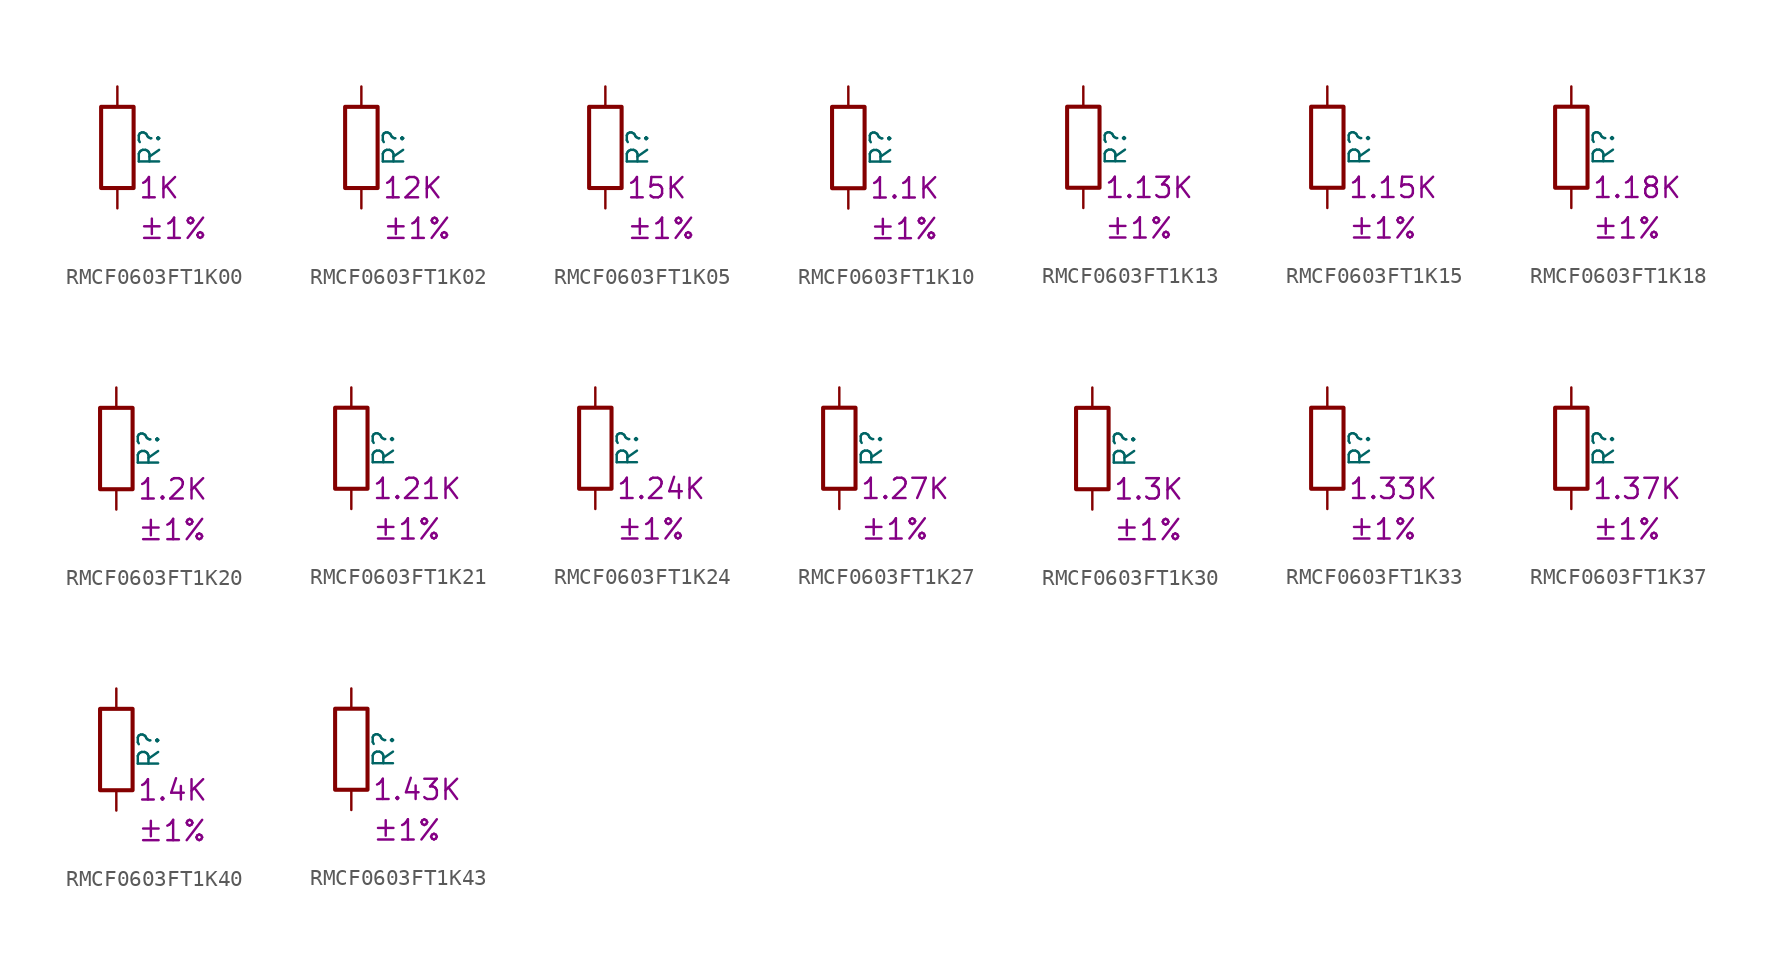
<source format=kicad_sym>
(kicad_symbol_lib
  (version 20220914)
  (generator kicad_symbol_editor)
  (symbol "RMCF0603FT1K00"
    (pin_numbers hide)
    (pin_names
      (offset 0))
    (property "Reference" "R"
      (at 2.032 0 90)
      (effects (font (size 1.27 1.27))))
    (property "Resistance" "1K"
      (at 1.27 -2.54 0)
      (effects (font (size 1.27 1.27)) (justify left)))
    (property "Tolerance" "±1%"
      (at 1.27 -5.08 0)
      (effects (font (size 1.27 1.27)) (justify left)))
    (symbol "RMCF0603FT1K00_0_1"
      (rectangle (start -1.016 -2.54) (end 1.016 2.54) (stroke (width 0.254) (type default)) (fill (type none))))
    (symbol "RMCF0603FT1K00_1_1"
      (pin passive line (at 0 3.81 270) (length 1.27) (name "~" (effects (font (size 1.27 1.27)))) (number "1" (effects (font (size 1.27 1.27)))))
      (pin passive line (at 0 -3.81 90) (length 1.27) (name "~" (effects (font (size 1.27 1.27)))) (number "2" (effects (font (size 1.27 1.27)))))))
  (symbol "RMCF0603FT1K02"
    (pin_numbers hide)
    (pin_names
      (offset 0))
    (property "Reference" "R"
      (at 2.032 0 90)
      (effects (font (size 1.27 1.27))))
    (property "Resistance" "12K"
      (at 1.27 -2.54 0)
      (effects (font (size 1.27 1.27)) (justify left)))
    (property "Tolerance" "±1%"
      (at 1.27 -5.08 0)
      (effects (font (size 1.27 1.27)) (justify left)))
    (symbol "RMCF0603FT1K02_0_1"
      (rectangle (start -1.016 -2.54) (end 1.016 2.54) (stroke (width 0.254) (type default)) (fill (type none))))
    (symbol "RMCF0603FT1K02_1_1"
      (pin passive line (at 0 3.81 270) (length 1.27) (name "~" (effects (font (size 1.27 1.27)))) (number "1" (effects (font (size 1.27 1.27)))))
      (pin passive line (at 0 -3.81 90) (length 1.27) (name "~" (effects (font (size 1.27 1.27)))) (number "2" (effects (font (size 1.27 1.27)))))))
  (symbol "RMCF0603FT1K05"
    (pin_numbers hide)
    (pin_names
      (offset 0))
    (property "Reference" "R"
      (at 2.032 0 90)
      (effects (font (size 1.27 1.27))))
    (property "Resistance" "15K"
      (at 1.27 -2.54 0)
      (effects (font (size 1.27 1.27)) (justify left)))
    (property "Tolerance" "±1%"
      (at 1.27 -5.08 0)
      (effects (font (size 1.27 1.27)) (justify left)))
    (symbol "RMCF0603FT1K05_0_1"
      (rectangle (start -1.016 -2.54) (end 1.016 2.54) (stroke (width 0.254) (type default)) (fill (type none))))
    (symbol "RMCF0603FT1K05_1_1"
      (pin passive line (at 0 3.81 270) (length 1.27) (name "~" (effects (font (size 1.27 1.27)))) (number "1" (effects (font (size 1.27 1.27)))))
      (pin passive line (at 0 -3.81 90) (length 1.27) (name "~" (effects (font (size 1.27 1.27)))) (number "2" (effects (font (size 1.27 1.27)))))))
  (symbol "RMCF0603FT1K10"
    (pin_numbers hide)
    (pin_names
      (offset 0))
    (property "Reference" "R"
      (at 2.032 0 90)
      (effects (font (size 1.27 1.27))))
    (property "Resistance" "1.1K"
      (at 1.27 -2.54 0)
      (effects (font (size 1.27 1.27)) (justify left)))
    (property "Tolerance" "±1%"
      (at 1.27 -5.08 0)
      (effects (font (size 1.27 1.27)) (justify left)))
    (symbol "RMCF0603FT1K10_0_1"
      (rectangle (start -1.016 -2.54) (end 1.016 2.54) (stroke (width 0.254) (type default)) (fill (type none))))
    (symbol "RMCF0603FT1K10_1_1"
      (pin passive line (at 0 3.81 270) (length 1.27) (name "~" (effects (font (size 1.27 1.27)))) (number "1" (effects (font (size 1.27 1.27)))))
      (pin passive line (at 0 -3.81 90) (length 1.27) (name "~" (effects (font (size 1.27 1.27)))) (number "2" (effects (font (size 1.27 1.27)))))))
  (symbol "RMCF0603FT1K13"
    (pin_numbers hide)
    (pin_names
      (offset 0))
    (property "Reference" "R"
      (at 2.032 0 90)
      (effects (font (size 1.27 1.27))))
    (property "Resistance" "1.13K"
      (at 1.27 -2.54 0)
      (effects (font (size 1.27 1.27)) (justify left)))
    (property "Tolerance" "±1%"
      (at 1.27 -5.08 0)
      (effects (font (size 1.27 1.27)) (justify left)))
    (symbol "RMCF0603FT1K13_0_1"
      (rectangle (start -1.016 -2.54) (end 1.016 2.54) (stroke (width 0.254) (type default)) (fill (type none))))
    (symbol "RMCF0603FT1K13_1_1"
      (pin passive line (at 0 3.81 270) (length 1.27) (name "~" (effects (font (size 1.27 1.27)))) (number "1" (effects (font (size 1.27 1.27)))))
      (pin passive line (at 0 -3.81 90) (length 1.27) (name "~" (effects (font (size 1.27 1.27)))) (number "2" (effects (font (size 1.27 1.27)))))))
  (symbol "RMCF0603FT1K15"
    (pin_numbers hide)
    (pin_names
      (offset 0))
    (property "Reference" "R"
      (at 2.032 0 90)
      (effects (font (size 1.27 1.27))))
    (property "Resistance" "1.15K"
      (at 1.27 -2.54 0)
      (effects (font (size 1.27 1.27)) (justify left)))
    (property "Tolerance" "±1%"
      (at 1.27 -5.08 0)
      (effects (font (size 1.27 1.27)) (justify left)))
    (symbol "RMCF0603FT1K15_0_1"
      (rectangle (start -1.016 -2.54) (end 1.016 2.54) (stroke (width 0.254) (type default)) (fill (type none))))
    (symbol "RMCF0603FT1K15_1_1"
      (pin passive line (at 0 3.81 270) (length 1.27) (name "~" (effects (font (size 1.27 1.27)))) (number "1" (effects (font (size 1.27 1.27)))))
      (pin passive line (at 0 -3.81 90) (length 1.27) (name "~" (effects (font (size 1.27 1.27)))) (number "2" (effects (font (size 1.27 1.27)))))))
  (symbol "RMCF0603FT1K18"
    (pin_numbers hide)
    (pin_names
      (offset 0))
    (property "Reference" "R"
      (at 2.032 0 90)
      (effects (font (size 1.27 1.27))))
    (property "Resistance" "1.18K"
      (at 1.27 -2.54 0)
      (effects (font (size 1.27 1.27)) (justify left)))
    (property "Tolerance" "±1%"
      (at 1.27 -5.08 0)
      (effects (font (size 1.27 1.27)) (justify left)))
    (symbol "RMCF0603FT1K18_0_1"
      (rectangle (start -1.016 -2.54) (end 1.016 2.54) (stroke (width 0.254) (type default)) (fill (type none))))
    (symbol "RMCF0603FT1K18_1_1"
      (pin passive line (at 0 3.81 270) (length 1.27) (name "~" (effects (font (size 1.27 1.27)))) (number "1" (effects (font (size 1.27 1.27)))))
      (pin passive line (at 0 -3.81 90) (length 1.27) (name "~" (effects (font (size 1.27 1.27)))) (number "2" (effects (font (size 1.27 1.27)))))))
  (symbol "RMCF0603FT1K20"
    (pin_numbers hide)
    (pin_names
      (offset 0))
    (property "Reference" "R"
      (at 2.032 0 90)
      (effects (font (size 1.27 1.27))))
    (property "Resistance" "1.2K"
      (at 1.27 -2.54 0)
      (effects (font (size 1.27 1.27)) (justify left)))
    (property "Tolerance" "±1%"
      (at 1.27 -5.08 0)
      (effects (font (size 1.27 1.27)) (justify left)))
    (symbol "RMCF0603FT1K20_0_1"
      (rectangle (start -1.016 -2.54) (end 1.016 2.54) (stroke (width 0.254) (type default)) (fill (type none))))
    (symbol "RMCF0603FT1K20_1_1"
      (pin passive line (at 0 3.81 270) (length 1.27) (name "~" (effects (font (size 1.27 1.27)))) (number "1" (effects (font (size 1.27 1.27)))))
      (pin passive line (at 0 -3.81 90) (length 1.27) (name "~" (effects (font (size 1.27 1.27)))) (number "2" (effects (font (size 1.27 1.27)))))))
  (symbol "RMCF0603FT1K21"
    (pin_numbers hide)
    (pin_names
      (offset 0))
    (property "Reference" "R"
      (at 2.032 0 90)
      (effects (font (size 1.27 1.27))))
    (property "Resistance" "1.21K"
      (at 1.27 -2.54 0)
      (effects (font (size 1.27 1.27)) (justify left)))
    (property "Tolerance" "±1%"
      (at 1.27 -5.08 0)
      (effects (font (size 1.27 1.27)) (justify left)))
    (symbol "RMCF0603FT1K21_0_1"
      (rectangle (start -1.016 -2.54) (end 1.016 2.54) (stroke (width 0.254) (type default)) (fill (type none))))
    (symbol "RMCF0603FT1K21_1_1"
      (pin passive line (at 0 3.81 270) (length 1.27) (name "~" (effects (font (size 1.27 1.27)))) (number "1" (effects (font (size 1.27 1.27)))))
      (pin passive line (at 0 -3.81 90) (length 1.27) (name "~" (effects (font (size 1.27 1.27)))) (number "2" (effects (font (size 1.27 1.27)))))))
  (symbol "RMCF0603FT1K24"
    (pin_numbers hide)
    (pin_names
      (offset 0))
    (property "Reference" "R"
      (at 2.032 0 90)
      (effects (font (size 1.27 1.27))))
    (property "Resistance" "1.24K"
      (at 1.27 -2.54 0)
      (effects (font (size 1.27 1.27)) (justify left)))
    (property "Tolerance" "±1%"
      (at 1.27 -5.08 0)
      (effects (font (size 1.27 1.27)) (justify left)))
    (symbol "RMCF0603FT1K24_0_1"
      (rectangle (start -1.016 -2.54) (end 1.016 2.54) (stroke (width 0.254) (type default)) (fill (type none))))
    (symbol "RMCF0603FT1K24_1_1"
      (pin passive line (at 0 3.81 270) (length 1.27) (name "~" (effects (font (size 1.27 1.27)))) (number "1" (effects (font (size 1.27 1.27)))))
      (pin passive line (at 0 -3.81 90) (length 1.27) (name "~" (effects (font (size 1.27 1.27)))) (number "2" (effects (font (size 1.27 1.27)))))))
  (symbol "RMCF0603FT1K27"
    (pin_numbers hide)
    (pin_names
      (offset 0))
    (property "Reference" "R"
      (at 2.032 0 90)
      (effects (font (size 1.27 1.27))))
    (property "Resistance" "1.27K"
      (at 1.27 -2.54 0)
      (effects (font (size 1.27 1.27)) (justify left)))
    (property "Tolerance" "±1%"
      (at 1.27 -5.08 0)
      (effects (font (size 1.27 1.27)) (justify left)))
    (symbol "RMCF0603FT1K27_0_1"
      (rectangle (start -1.016 -2.54) (end 1.016 2.54) (stroke (width 0.254) (type default)) (fill (type none))))
    (symbol "RMCF0603FT1K27_1_1"
      (pin passive line (at 0 3.81 270) (length 1.27) (name "~" (effects (font (size 1.27 1.27)))) (number "1" (effects (font (size 1.27 1.27)))))
      (pin passive line (at 0 -3.81 90) (length 1.27) (name "~" (effects (font (size 1.27 1.27)))) (number "2" (effects (font (size 1.27 1.27)))))))
  (symbol "RMCF0603FT1K30"
    (pin_numbers hide)
    (pin_names
      (offset 0))
    (property "Reference" "R"
      (at 2.032 0 90)
      (effects (font (size 1.27 1.27))))
    (property "Resistance" "1.3K"
      (at 1.27 -2.54 0)
      (effects (font (size 1.27 1.27)) (justify left)))
    (property "Tolerance" "±1%"
      (at 1.27 -5.08 0)
      (effects (font (size 1.27 1.27)) (justify left)))
    (symbol "RMCF0603FT1K30_0_1"
      (rectangle (start -1.016 -2.54) (end 1.016 2.54) (stroke (width 0.254) (type default)) (fill (type none))))
    (symbol "RMCF0603FT1K30_1_1"
      (pin passive line (at 0 3.81 270) (length 1.27) (name "~" (effects (font (size 1.27 1.27)))) (number "1" (effects (font (size 1.27 1.27)))))
      (pin passive line (at 0 -3.81 90) (length 1.27) (name "~" (effects (font (size 1.27 1.27)))) (number "2" (effects (font (size 1.27 1.27)))))))
  (symbol "RMCF0603FT1K33"
    (pin_numbers hide)
    (pin_names
      (offset 0))
    (property "Reference" "R"
      (at 2.032 0 90)
      (effects (font (size 1.27 1.27))))
    (property "Resistance" "1.33K"
      (at 1.27 -2.54 0)
      (effects (font (size 1.27 1.27)) (justify left)))
    (property "Tolerance" "±1%"
      (at 1.27 -5.08 0)
      (effects (font (size 1.27 1.27)) (justify left)))
    (symbol "RMCF0603FT1K33_0_1"
      (rectangle (start -1.016 -2.54) (end 1.016 2.54) (stroke (width 0.254) (type default)) (fill (type none))))
    (symbol "RMCF0603FT1K33_1_1"
      (pin passive line (at 0 3.81 270) (length 1.27) (name "~" (effects (font (size 1.27 1.27)))) (number "1" (effects (font (size 1.27 1.27)))))
      (pin passive line (at 0 -3.81 90) (length 1.27) (name "~" (effects (font (size 1.27 1.27)))) (number "2" (effects (font (size 1.27 1.27)))))))
  (symbol "RMCF0603FT1K37"
    (pin_numbers hide)
    (pin_names
      (offset 0))
    (property "Reference" "R"
      (at 2.032 0 90)
      (effects (font (size 1.27 1.27))))
    (property "Resistance" "1.37K"
      (at 1.27 -2.54 0)
      (effects (font (size 1.27 1.27)) (justify left)))
    (property "Tolerance" "±1%"
      (at 1.27 -5.08 0)
      (effects (font (size 1.27 1.27)) (justify left)))
    (symbol "RMCF0603FT1K37_0_1"
      (rectangle (start -1.016 -2.54) (end 1.016 2.54) (stroke (width 0.254) (type default)) (fill (type none))))
    (symbol "RMCF0603FT1K37_1_1"
      (pin passive line (at 0 3.81 270) (length 1.27) (name "~" (effects (font (size 1.27 1.27)))) (number "1" (effects (font (size 1.27 1.27)))))
      (pin passive line (at 0 -3.81 90) (length 1.27) (name "~" (effects (font (size 1.27 1.27)))) (number "2" (effects (font (size 1.27 1.27)))))))
  (symbol "RMCF0603FT1K40"
    (pin_numbers hide)
    (pin_names
      (offset 0))
    (property "Reference" "R"
      (at 2.032 0 90)
      (effects (font (size 1.27 1.27))))
    (property "Resistance" "1.4K"
      (at 1.27 -2.54 0)
      (effects (font (size 1.27 1.27)) (justify left)))
    (property "Tolerance" "±1%"
      (at 1.27 -5.08 0)
      (effects (font (size 1.27 1.27)) (justify left)))
    (symbol "RMCF0603FT1K40_0_1"
      (rectangle (start -1.016 -2.54) (end 1.016 2.54) (stroke (width 0.254) (type default)) (fill (type none))))
    (symbol "RMCF0603FT1K40_1_1"
      (pin passive line (at 0 3.81 270) (length 1.27) (name "~" (effects (font (size 1.27 1.27)))) (number "1" (effects (font (size 1.27 1.27)))))
      (pin passive line (at 0 -3.81 90) (length 1.27) (name "~" (effects (font (size 1.27 1.27)))) (number "2" (effects (font (size 1.27 1.27)))))))
  (symbol "RMCF0603FT1K43"
    (pin_numbers hide)
    (pin_names
      (offset 0))
    (property "Reference" "R"
      (at 2.032 0 90)
      (effects (font (size 1.27 1.27))))
    (property "Resistance" "1.43K"
      (at 1.27 -2.54 0)
      (effects (font (size 1.27 1.27)) (justify left)))
    (property "Tolerance" "±1%"
      (at 1.27 -5.08 0)
      (effects (font (size 1.27 1.27)) (justify left)))
    (symbol "RMCF0603FT1K43_0_1"
      (rectangle (start -1.016 -2.54) (end 1.016 2.54) (stroke (width 0.254) (type default)) (fill (type none))))
    (symbol "RMCF0603FT1K43_1_1"
      (pin passive line (at 0 3.81 270) (length 1.27) (name "~" (effects (font (size 1.27 1.27)))) (number "1" (effects (font (size 1.27 1.27)))))
      (pin passive line (at 0 -3.81 90) (length 1.27) (name "~" (effects (font (size 1.27 1.27)))) (number "2" (effects (font (size 1.27 1.27))))))))
</source>
